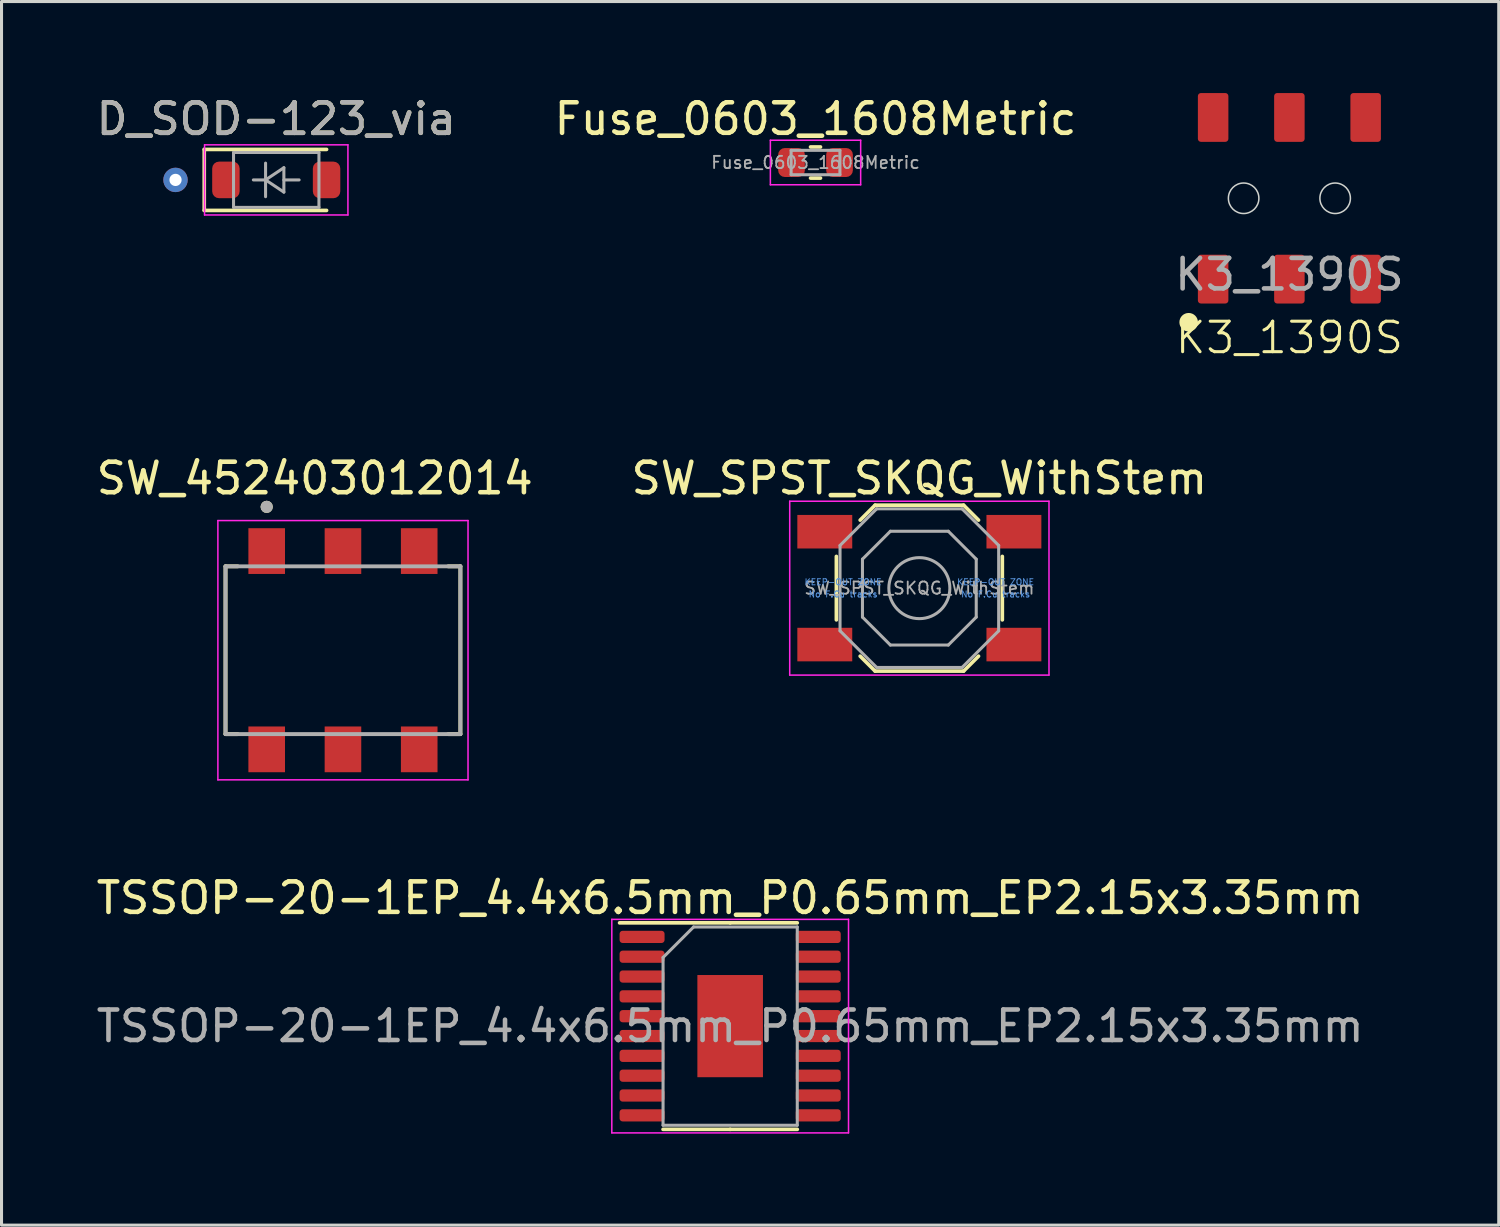
<source format=kicad_pcb>
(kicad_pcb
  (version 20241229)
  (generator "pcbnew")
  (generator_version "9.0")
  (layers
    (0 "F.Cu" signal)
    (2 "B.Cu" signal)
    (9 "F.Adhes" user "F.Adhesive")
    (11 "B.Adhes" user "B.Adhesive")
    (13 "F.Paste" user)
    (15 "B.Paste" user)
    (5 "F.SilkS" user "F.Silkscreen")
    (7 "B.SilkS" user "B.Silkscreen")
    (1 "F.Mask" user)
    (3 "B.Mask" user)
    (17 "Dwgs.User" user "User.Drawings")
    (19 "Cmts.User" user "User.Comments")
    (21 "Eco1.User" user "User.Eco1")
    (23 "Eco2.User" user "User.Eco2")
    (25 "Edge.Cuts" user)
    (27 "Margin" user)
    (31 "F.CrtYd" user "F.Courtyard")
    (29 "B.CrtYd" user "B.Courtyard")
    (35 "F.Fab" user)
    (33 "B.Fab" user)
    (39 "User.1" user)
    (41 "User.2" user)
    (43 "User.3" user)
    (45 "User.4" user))
  (footprint "SW_452403012014"
    (layer "F.Cu")
    (at 8.193 18.266)
    (property "Reference" "SW_452403012014" (at -0.925 -5.635 0) (layer "F.SilkS") (effects (font (size 1 1) (thickness 0.15))))
    (attr smd)
    (fp_line (start -3.85 -2.75) (end -3.85 2.75) (stroke (width 0.127) (type solid)) (layer "F.SilkS"))
    (fp_line (start -3.85 2.75) (end -3.45 2.75) (stroke (width 0.127) (type solid)) (layer "F.SilkS"))
    (fp_line (start -3.45 -2.75) (end -3.85 -2.75) (stroke (width 0.127) (type solid)) (layer "F.SilkS"))
    (fp_line (start 3.45 -2.75) (end 3.85 -2.75) (stroke (width 0.127) (type solid)) (layer "F.SilkS"))
    (fp_line (start 3.85 -2.75) (end 3.85 2.75) (stroke (width 0.127) (type solid)) (layer "F.SilkS"))
    (fp_line (start 3.85 2.75) (end 3.45 2.75) (stroke (width 0.127) (type solid)) (layer "F.SilkS"))
    (fp_circle (center -2.5 -4.7) (end -2.4 -4.7) (stroke (width 0.2) (type solid)) (fill no) (layer "F.SilkS"))
    (fp_line (start -4.1 -4.25) (end 4.1 -4.25) (stroke (width 0.05) (type solid)) (layer "F.CrtYd"))
    (fp_line (start -4.1 4.25) (end -4.1 -4.25) (stroke (width 0.05) (type solid)) (layer "F.CrtYd"))
    (fp_line (start 4.1 -4.25) (end 4.1 4.25) (stroke (width 0.05) (type solid)) (layer "F.CrtYd"))
    (fp_line (start 4.1 4.25) (end -4.1 4.25) (stroke (width 0.05) (type solid)) (layer "F.CrtYd"))
    (fp_line (start -3.85 -2.75) (end 3.85 -2.75) (stroke (width 0.127) (type solid)) (layer "F.Fab"))
    (fp_line (start -3.85 2.75) (end -3.85 -2.75) (stroke (width 0.127) (type solid)) (layer "F.Fab"))
    (fp_line (start 3.85 -2.75) (end 3.85 2.75) (stroke (width 0.127) (type solid)) (layer "F.Fab"))
    (fp_line (start 3.85 2.75) (end -3.85 2.75) (stroke (width 0.127) (type solid)) (layer "F.Fab"))
    (fp_circle (center -2.5 -4.7) (end -2.4 -4.7) (stroke (width 0.2) (type solid)) (fill no) (layer "F.Fab"))
    (pad "1" smd rect (at -2.5 -3.25 180) (size 1.2 1.5) (layers "F.Cu" "F.Mask" "F.Paste"))
    (pad "2" smd rect (at 0 -3.25 180) (size 1.2 1.5) (layers "F.Cu" "F.Mask" "F.Paste"))
    (pad "3" smd rect (at 2.5 -3.25 180) (size 1.2 1.5) (layers "F.Cu" "F.Mask" "F.Paste"))
    (pad "4" smd rect (at -2.5 3.25 180) (size 1.2 1.5) (layers "F.Cu" "F.Mask" "F.Paste"))
    (pad "5" smd rect (at 0 3.25 180) (size 1.2 1.5) (layers "F.Cu" "F.Mask" "F.Paste"))
    (pad "6" smd rect (at 2.5 3.25 180) (size 1.2 1.5) (layers "F.Cu" "F.Mask" "F.Paste")))
  (footprint "D_SOD-123_via"
    (layer "F.Cu")
    (at 6.006 2.848)
    (property "Reference" "D_SOD-123_via" (at 0 -2 0) (layer "F.SilkS") (effects (font (size 1 1) (thickness 0.15))))
    (attr through_hole)
    (fp_line (start -2.36 -1) (end -2.36 1) (stroke (width 0.12) (type solid)) (layer "F.SilkS"))
    (fp_line (start -2.36 -1) (end 1.65 -1) (stroke (width 0.12) (type solid)) (layer "F.SilkS"))
    (fp_line (start -2.36 1) (end 1.65 1) (stroke (width 0.12) (type solid)) (layer "F.SilkS"))
    (fp_line (start -2.35 -1.15) (end -2.35 1.15) (stroke (width 0.05) (type solid)) (layer "F.CrtYd"))
    (fp_line (start -2.35 -1.15) (end 2.35 -1.15) (stroke (width 0.05) (type solid)) (layer "F.CrtYd"))
    (fp_line (start 2.35 -1.15) (end 2.35 1.15) (stroke (width 0.05) (type solid)) (layer "F.CrtYd"))
    (fp_line (start 2.35 1.15) (end -2.35 1.15) (stroke (width 0.05) (type solid)) (layer "F.CrtYd"))
    (fp_line (start -1.4 -0.9) (end 1.4 -0.9) (stroke (width 0.1) (type solid)) (layer "F.Fab"))
    (fp_line (start -1.4 0.9) (end -1.4 -0.9) (stroke (width 0.1) (type solid)) (layer "F.Fab"))
    (fp_line (start -0.75 0) (end -0.35 0) (stroke (width 0.1) (type solid)) (layer "F.Fab"))
    (fp_line (start -0.35 0) (end -0.35 -0.55) (stroke (width 0.1) (type solid)) (layer "F.Fab"))
    (fp_line (start -0.35 0) (end -0.35 0.55) (stroke (width 0.1) (type solid)) (layer "F.Fab"))
    (fp_line (start -0.35 0) (end 0.25 -0.4) (stroke (width 0.1) (type solid)) (layer "F.Fab"))
    (fp_line (start 0.25 -0.4) (end 0.25 0.4) (stroke (width 0.1) (type solid)) (layer "F.Fab"))
    (fp_line (start 0.25 0) (end 0.75 0) (stroke (width 0.1) (type solid)) (layer "F.Fab"))
    (fp_line (start 0.25 0.4) (end -0.35 0) (stroke (width 0.1) (type solid)) (layer "F.Fab"))
    (fp_line (start 1.4 -0.9) (end 1.4 0.9) (stroke (width 0.1) (type solid)) (layer "F.Fab"))
    (fp_line (start 1.4 0.9) (end -1.4 0.9) (stroke (width 0.1) (type solid)) (layer "F.Fab"))
    (fp_text user "${REFERENCE}" (at 0 -2 0) (layer "F.Fab") (effects (font (size 1 1) (thickness 0.15))))
    (pad "1" thru_hole circle (at -3.302 0) (size 0.8 0.8) (drill 0.4) (layers "*.Cu" "*.Mask"))
    (pad "1" smd roundrect (at -1.65 0) (size 0.9 1.2) (layers "F.Cu" "F.Mask" "F.Paste") (roundrect_rratio 0.25))
    (pad "2" smd roundrect (at 1.65 0) (size 0.9 1.2) (layers "F.Cu" "F.Mask" "F.Paste") (roundrect_rratio 0.25)))
  (footprint "TSSOP-20-1EP_4.4x6.5mm_P0.65mm_EP2.15x3.35mm"
    (layer "F.Cu")
    (at 20.887 30.589)
    (property "Reference" "TSSOP-20-1EP_4.4x6.5mm_P0.65mm_EP2.15x3.35mm" (at 0 -4.2 0) (layer "F.SilkS") (effects (font (size 1 1) (thickness 0.15))))
    (attr smd)
    (fp_line (start 0 -3.385) (end -3.625 -3.385) (stroke (width 0.12) (type solid)) (layer "F.SilkS"))
    (fp_line (start 0 -3.385) (end 2.2 -3.385) (stroke (width 0.12) (type solid)) (layer "F.SilkS"))
    (fp_line (start 0 3.385) (end -2.2 3.385) (stroke (width 0.12) (type solid)) (layer "F.SilkS"))
    (fp_line (start 0 3.385) (end 2.2 3.385) (stroke (width 0.12) (type solid)) (layer "F.SilkS"))
    (fp_line (start -3.88 -3.5) (end -3.88 3.5) (stroke (width 0.05) (type solid)) (layer "F.CrtYd"))
    (fp_line (start -3.88 3.5) (end 3.88 3.5) (stroke (width 0.05) (type solid)) (layer "F.CrtYd"))
    (fp_line (start 3.88 -3.5) (end -3.88 -3.5) (stroke (width 0.05) (type solid)) (layer "F.CrtYd"))
    (fp_line (start 3.88 3.5) (end 3.88 -3.5) (stroke (width 0.05) (type solid)) (layer "F.CrtYd"))
    (fp_line (start -2.2 -2.25) (end -1.2 -3.25) (stroke (width 0.1) (type solid)) (layer "F.Fab"))
    (fp_line (start -2.2 3.25) (end -2.2 -2.25) (stroke (width 0.1) (type solid)) (layer "F.Fab"))
    (fp_line (start -1.2 -3.25) (end 2.2 -3.25) (stroke (width 0.1) (type solid)) (layer "F.Fab"))
    (fp_line (start 2.2 -3.25) (end 2.2 3.25) (stroke (width 0.1) (type solid)) (layer "F.Fab"))
    (fp_line (start 2.2 3.25) (end -2.2 3.25) (stroke (width 0.1) (type solid)) (layer "F.Fab"))
    (fp_text user "${REFERENCE}" (at 0 0 0) (layer "F.Fab") (effects (font (size 1 1) (thickness 0.15))))
    (pad "" smd roundrect (at -0.54 -0.84 180) (size 0.87 1.35) (layers "F.Paste") (roundrect_rratio 0.25))
    (pad "" smd roundrect (at -0.54 0.84 180) (size 0.87 1.35) (layers "F.Paste") (roundrect_rratio 0.25))
    (pad "" smd roundrect (at 0.54 -0.84 180) (size 0.87 1.35) (layers "F.Paste") (roundrect_rratio 0.25))
    (pad "" smd roundrect (at 0.54 0.84 180) (size 0.87 1.35) (layers "F.Paste") (roundrect_rratio 0.25))
    (pad "1" smd roundrect (at -2.888 -2.925 180) (size 1.475 0.4) (layers "F.Cu" "F.Mask" "F.Paste") (roundrect_rratio 0.25))
    (pad "2" smd roundrect (at -2.888 -2.275 180) (size 1.475 0.4) (layers "F.Cu" "F.Mask" "F.Paste") (roundrect_rratio 0.25))
    (pad "3" smd roundrect (at -2.888 -1.625 180) (size 1.475 0.4) (layers "F.Cu" "F.Mask" "F.Paste") (roundrect_rratio 0.25))
    (pad "4" smd roundrect (at -2.888 -0.975 180) (size 1.475 0.4) (layers "F.Cu" "F.Mask" "F.Paste") (roundrect_rratio 0.25))
    (pad "5" smd roundrect (at -2.888 -0.325 180) (size 1.475 0.4) (layers "F.Cu" "F.Mask" "F.Paste") (roundrect_rratio 0.25))
    (pad "6" smd roundrect (at -2.888 0.325 180) (size 1.475 0.4) (layers "F.Cu" "F.Mask" "F.Paste") (roundrect_rratio 0.25))
    (pad "7" smd roundrect (at -2.888 0.975 180) (size 1.475 0.4) (layers "F.Cu" "F.Mask" "F.Paste") (roundrect_rratio 0.25))
    (pad "8" smd roundrect (at -2.888 1.625 180) (size 1.475 0.4) (layers "F.Cu" "F.Mask" "F.Paste") (roundrect_rratio 0.25))
    (pad "9" smd roundrect (at -2.888 2.275 180) (size 1.475 0.4) (layers "F.Cu" "F.Mask" "F.Paste") (roundrect_rratio 0.25))
    (pad "10" smd roundrect (at -2.888 2.925 180) (size 1.475 0.4) (layers "F.Cu" "F.Mask" "F.Paste") (roundrect_rratio 0.25))
    (pad "11" smd roundrect (at 2.888 2.925 180) (size 1.475 0.4) (layers "F.Cu" "F.Mask" "F.Paste") (roundrect_rratio 0.25))
    (pad "12" smd roundrect (at 2.888 2.275 180) (size 1.475 0.4) (layers "F.Cu" "F.Mask" "F.Paste") (roundrect_rratio 0.25))
    (pad "13" smd roundrect (at 2.888 1.625 180) (size 1.475 0.4) (layers "F.Cu" "F.Mask" "F.Paste") (roundrect_rratio 0.25))
    (pad "14" smd roundrect (at 2.888 0.975 180) (size 1.475 0.4) (layers "F.Cu" "F.Mask" "F.Paste") (roundrect_rratio 0.25))
    (pad "15" smd roundrect (at 2.888 0.325 180) (size 1.475 0.4) (layers "F.Cu" "F.Mask" "F.Paste") (roundrect_rratio 0.25))
    (pad "16" smd roundrect (at 2.888 -0.325 180) (size 1.475 0.4) (layers "F.Cu" "F.Mask" "F.Paste") (roundrect_rratio 0.25))
    (pad "17" smd roundrect (at 2.888 -0.975 180) (size 1.475 0.4) (layers "F.Cu" "F.Mask" "F.Paste") (roundrect_rratio 0.25))
    (pad "18" smd roundrect (at 2.888 -1.625 180) (size 1.475 0.4) (layers "F.Cu" "F.Mask" "F.Paste") (roundrect_rratio 0.25))
    (pad "19" smd roundrect (at 2.888 -2.275 180) (size 1.475 0.4) (layers "F.Cu" "F.Mask" "F.Paste") (roundrect_rratio 0.25))
    (pad "20" smd roundrect (at 2.888 -2.925 180) (size 1.475 0.4) (layers "F.Cu" "F.Mask" "F.Paste") (roundrect_rratio 0.25))
    (pad "21" smd rect (at 0 0 180) (size 2.15 3.35) (layers "F.Cu" "F.Mask")))
  (footprint "SW_SPST_SKQG_WithStem"
    (layer "F.Cu")
    (at 27.089 16.231)
    (property "Reference" "SW_SPST_SKQG_WithStem" (at 0 -3.6 0) (layer "F.SilkS") (effects (font (size 1 1) (thickness 0.15))))
    (attr smd)
    (fp_line (start -2.72 1.04) (end -2.72 -1.04) (stroke (width 0.12) (type solid)) (layer "F.SilkS"))
    (fp_line (start -1.45 -2.72) (end -1.94 -2.23) (stroke (width 0.12) (type solid)) (layer "F.SilkS"))
    (fp_line (start -1.45 -2.72) (end 1.45 -2.72) (stroke (width 0.12) (type solid)) (layer "F.SilkS"))
    (fp_line (start -1.45 2.72) (end -1.94 2.23) (stroke (width 0.12) (type solid)) (layer "F.SilkS"))
    (fp_line (start -1.45 2.72) (end 1.45 2.72) (stroke (width 0.12) (type solid)) (layer "F.SilkS"))
    (fp_line (start 1.45 -2.72) (end 1.94 -2.23) (stroke (width 0.12) (type solid)) (layer "F.SilkS"))
    (fp_line (start 1.45 2.72) (end 1.94 2.23) (stroke (width 0.12) (type solid)) (layer "F.SilkS"))
    (fp_line (start 2.72 1.04) (end 2.72 -1.04) (stroke (width 0.12) (type solid)) (layer "F.SilkS"))
    (fp_line (start -4.25 -2.85) (end -4.25 2.85) (stroke (width 0.05) (type solid)) (layer "F.CrtYd"))
    (fp_line (start -4.25 2.85) (end 4.25 2.85) (stroke (width 0.05) (type solid)) (layer "F.CrtYd"))
    (fp_line (start 4.25 -2.85) (end -4.25 -2.85) (stroke (width 0.05) (type solid)) (layer "F.CrtYd"))
    (fp_line (start 4.25 2.85) (end 4.25 -2.85) (stroke (width 0.05) (type solid)) (layer "F.CrtYd"))
    (fp_line (start -2.6 -1.4) (end -1.4 -2.6) (stroke (width 0.1) (type solid)) (layer "F.Fab"))
    (fp_line (start -2.6 1.4) (end -2.6 -1.4) (stroke (width 0.1) (type solid)) (layer "F.Fab"))
    (fp_line (start -1.865 0.95) (end -1.865 -0.95) (stroke (width 0.1) (type solid)) (layer "F.Fab"))
    (fp_line (start -1.4 -2.6) (end 1.4 -2.6) (stroke (width 0.1) (type solid)) (layer "F.Fab"))
    (fp_line (start -1.4 2.6) (end -2.6 1.4) (stroke (width 0.1) (type solid)) (layer "F.Fab"))
    (fp_line (start -0.95 -1.865) (end -1.865 -0.95) (stroke (width 0.1) (type solid)) (layer "F.Fab"))
    (fp_line (start -0.95 -1.865) (end 0.95 -1.865) (stroke (width 0.1) (type solid)) (layer "F.Fab"))
    (fp_line (start -0.95 1.865) (end -1.865 0.95) (stroke (width 0.1) (type solid)) (layer "F.Fab"))
    (fp_line (start 0.95 -1.865) (end 1.865 -0.95) (stroke (width 0.1) (type solid)) (layer "F.Fab"))
    (fp_line (start 0.95 1.865) (end -0.95 1.865) (stroke (width 0.1) (type solid)) (layer "F.Fab"))
    (fp_line (start 0.95 1.865) (end 1.865 0.95) (stroke (width 0.1) (type solid)) (layer "F.Fab"))
    (fp_line (start 1.4 -2.6) (end 2.6 -1.4) (stroke (width 0.1) (type solid)) (layer "F.Fab"))
    (fp_line (start 1.4 2.6) (end -1.4 2.6) (stroke (width 0.1) (type solid)) (layer "F.Fab"))
    (fp_line (start 1.865 -0.95) (end 1.865 0.95) (stroke (width 0.1) (type solid)) (layer "F.Fab"))
    (fp_line (start 2.6 -1.4) (end 2.6 1.4) (stroke (width 0.1) (type solid)) (layer "F.Fab"))
    (fp_line (start 2.6 1.4) (end 1.4 2.6) (stroke (width 0.1) (type solid)) (layer "F.Fab"))
    (fp_circle (center 0 0) (end 1 0) (stroke (width 0.1) (type solid)) (fill no) (layer "F.Fab"))
    (fp_text user "No F.Cu tracks" (at 2.5 0.2 0) (layer "Cmts.User") (effects (font (size 0.2 0.2) (thickness 0.03))))
    (fp_text user "KEEP-OUT ZONE" (at 2.5 -0.2 0) (layer "Cmts.User") (effects (font (size 0.2 0.2) (thickness 0.03))))
    (fp_text user "No F.Cu tracks" (at -2.5 0.2 0) (layer "Cmts.User") (effects (font (size 0.2 0.2) (thickness 0.03))))
    (fp_text user "KEEP-OUT ZONE" (at -2.5 -0.2 0) (layer "Cmts.User") (effects (font (size 0.2 0.2) (thickness 0.03))))
    (fp_text user "${REFERENCE}" (at 0 0 0) (layer "F.Fab") (effects (font (size 0.4 0.4) (thickness 0.06))))
    (pad "1" smd rect (at -3.1 -1.85) (size 1.8 1.1) (layers "F.Cu" "F.Mask" "F.Paste"))
    (pad "1" smd rect (at 3.1 -1.85) (size 1.8 1.1) (layers "F.Cu" "F.Mask" "F.Paste"))
    (pad "2" smd rect (at -3.1 1.85) (size 1.8 1.1) (layers "F.Cu" "F.Mask" "F.Paste"))
    (pad "2" smd rect (at 3.1 1.85) (size 1.8 1.1) (layers "F.Cu" "F.Mask" "F.Paste")))
  (footprint "K3_1390S"
    (layer "F.Cu")
    (at 39.22 3.45)
    (property "Reference" "K3_1390S" (at 0 4.572 0) (unlocked yes) (layer "F.SilkS") (effects (font (size 1 1) (thickness 0.1))))
    (attr smd)
    (fp_circle (center -3.302 4.064) (end -3.048 4.064) (stroke (width 0.1) (type solid)) (fill yes) (layer "F.SilkS"))
    (fp_circle (center -1.5 0) (end -1 0) (stroke (width 0.05) (type default)) (fill no) (layer "Edge.Cuts"))
    (fp_circle (center 1.5 0) (end 2 0) (stroke (width 0.05) (type default)) (fill no) (layer "Edge.Cuts"))
    (fp_text user "${REFERENCE}" (at 0 2.5 0) (unlocked yes) (layer "F.Fab") (effects (font (size 1 1) (thickness 0.15))))
    (pad "1" smd roundrect (at 2.5 2.65) (size 1 1.6) (layers "F.Cu" "F.Mask" "F.Paste") (roundrect_rratio 0.1))
    (pad "2" smd roundrect (at 0 2.65) (size 1 1.6) (layers "F.Cu" "F.Mask" "F.Paste") (roundrect_rratio 0.1))
    (pad "3" smd roundrect (at -2.5 2.65) (size 1 1.6) (layers "F.Cu" "F.Mask" "F.Paste") (roundrect_rratio 0.1))
    (pad "4" smd roundrect (at 2.5 -2.65) (size 1 1.6) (layers "F.Cu" "F.Mask" "F.Paste") (roundrect_rratio 0.1))
    (pad "5" smd roundrect (at 0 -2.65) (size 1 1.6) (layers "F.Cu" "F.Mask" "F.Paste") (roundrect_rratio 0.1))
    (pad "6" smd roundrect (at -2.5 -2.65) (size 1 1.6) (layers "F.Cu" "F.Mask" "F.Paste") (roundrect_rratio 0.1)))
  (footprint "Fuse_0603_1608Metric"
    (layer "F.Cu")
    (at 23.685 2.278)
    (property "Reference" "Fuse_0603_1608Metric" (at 0 -1.43 0) (layer "F.SilkS") (effects (font (size 1 1) (thickness 0.15))))
    (attr smd)
    (fp_line (start -0.163 -0.51) (end 0.163 -0.51) (stroke (width 0.12) (type solid)) (layer "F.SilkS"))
    (fp_line (start -0.163 0.51) (end 0.163 0.51) (stroke (width 0.12) (type solid)) (layer "F.SilkS"))
    (fp_line (start -1.48 -0.73) (end 1.48 -0.73) (stroke (width 0.05) (type solid)) (layer "F.CrtYd"))
    (fp_line (start -1.48 0.73) (end -1.48 -0.73) (stroke (width 0.05) (type solid)) (layer "F.CrtYd"))
    (fp_line (start 1.48 -0.73) (end 1.48 0.73) (stroke (width 0.05) (type solid)) (layer "F.CrtYd"))
    (fp_line (start 1.48 0.73) (end -1.48 0.73) (stroke (width 0.05) (type solid)) (layer "F.CrtYd"))
    (fp_line (start -0.8 -0.4) (end 0.8 -0.4) (stroke (width 0.1) (type solid)) (layer "F.Fab"))
    (fp_line (start -0.8 0.4) (end -0.8 -0.4) (stroke (width 0.1) (type solid)) (layer "F.Fab"))
    (fp_line (start 0.8 -0.4) (end 0.8 0.4) (stroke (width 0.1) (type solid)) (layer "F.Fab"))
    (fp_line (start 0.8 0.4) (end -0.8 0.4) (stroke (width 0.1) (type solid)) (layer "F.Fab"))
    (fp_text user "${REFERENCE}" (at 0 0 0) (layer "F.Fab") (effects (font (size 0.4 0.4) (thickness 0.06))))
    (pad "1" smd roundrect (at -0.787 0 180) (size 0.875 0.95) (layers "F.Cu" "F.Mask" "F.Paste") (roundrect_rratio 0.25))
    (pad "2" smd roundrect (at 0.787 0 180) (size 0.875 0.95) (layers "F.Cu" "F.Mask" "F.Paste") (roundrect_rratio 0.25)))
  (gr_rect
    (start -3 -3)
    (end 46.083 37.114)
    (stroke (width 0.1) (type default))
    (fill no)
    (layer "Edge.Cuts")))
</source>
